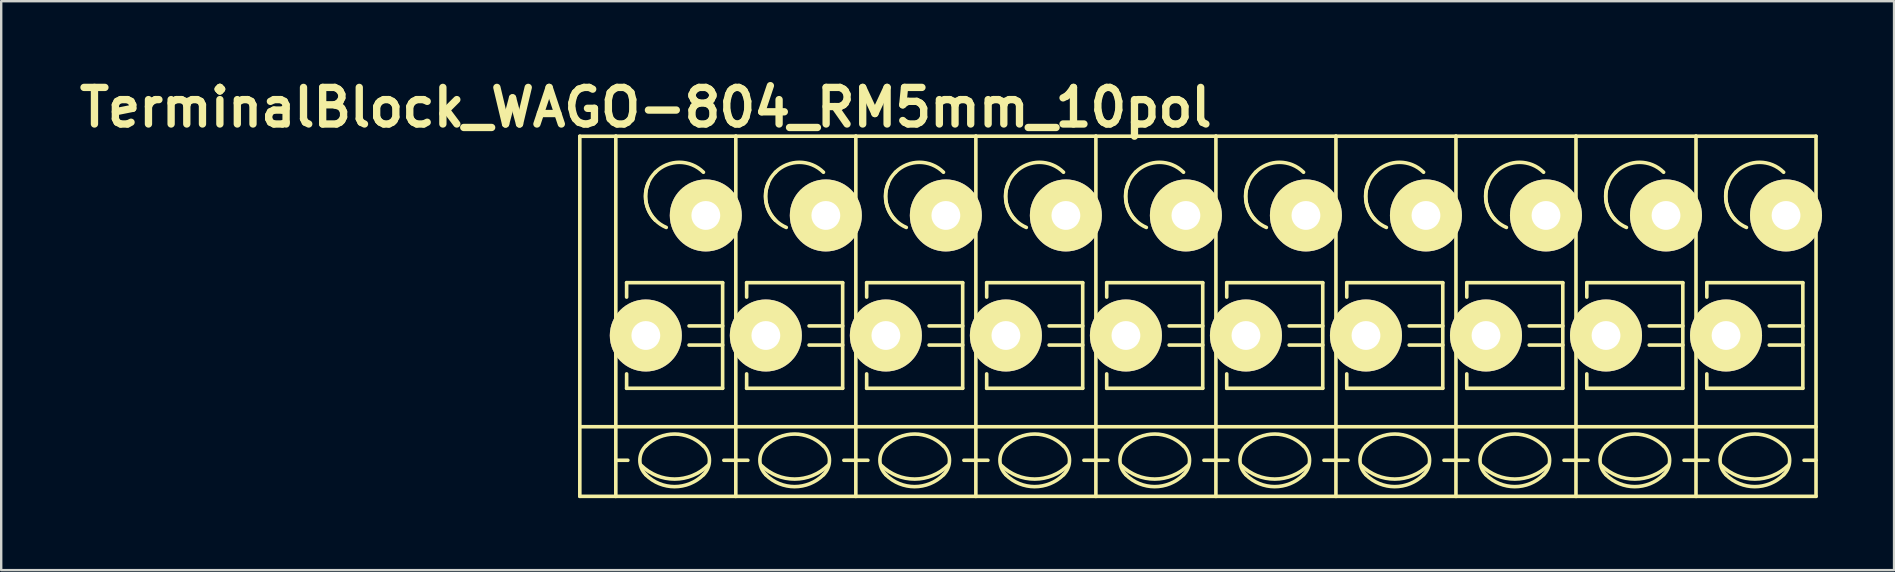
<source format=kicad_pcb>
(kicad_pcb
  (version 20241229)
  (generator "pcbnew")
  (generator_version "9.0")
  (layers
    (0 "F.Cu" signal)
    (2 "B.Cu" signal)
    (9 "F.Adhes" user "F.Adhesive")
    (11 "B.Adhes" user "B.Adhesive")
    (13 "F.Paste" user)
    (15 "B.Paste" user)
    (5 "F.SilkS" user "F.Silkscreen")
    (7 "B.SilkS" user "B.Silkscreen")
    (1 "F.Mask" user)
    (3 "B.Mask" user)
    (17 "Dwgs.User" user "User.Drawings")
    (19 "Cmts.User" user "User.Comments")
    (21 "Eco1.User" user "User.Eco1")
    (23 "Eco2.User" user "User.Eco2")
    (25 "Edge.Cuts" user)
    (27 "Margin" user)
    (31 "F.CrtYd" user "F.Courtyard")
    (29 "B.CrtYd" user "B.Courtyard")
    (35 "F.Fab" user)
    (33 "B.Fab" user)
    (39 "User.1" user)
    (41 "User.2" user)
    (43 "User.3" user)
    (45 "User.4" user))
  (footprint "TerminalBlock_WAGO-804_RM5mm_10pol"
    (layer "F.Cu")
    (at 23.854 10.926)
    (property "Reference" "TerminalBlock_WAGO-804_RM5mm_10pol" (at 0 -9.5 0) (layer "F.SilkS") (effects (font (size 1.524 1.524) (thickness 0.305))))
    (attr through_hole)
    (fp_line (start -2.75 -8.3) (end -1.25 -8.3) (stroke (width 0.15) (type solid)) (layer "F.SilkS"))
    (fp_line (start -2.75 6.7) (end -2.75 -8.3) (stroke (width 0.15) (type solid)) (layer "F.SilkS"))
    (fp_line (start -1.25 6.7) (end -2.75 6.7) (stroke (width 0.15) (type solid)) (layer "F.SilkS"))
    (fp_line (start -1.25 5.199) (end -0.749 5.199) (stroke (width 0.15) (type solid)) (layer "F.SilkS"))
    (fp_line (start -1.25 6.701) (end -1.25 -8.301) (stroke (width 0.15) (type solid)) (layer "F.SilkS"))
    (fp_line (start -0.8 -2.2) (end -0.8 -1.6) (stroke (width 0.15) (type solid)) (layer "F.SilkS"))
    (fp_line (start -0.8 -2.2) (end 3.2 -2.2) (stroke (width 0.15) (type solid)) (layer "F.SilkS"))
    (fp_line (start -0.8 2.2) (end -0.8 1.6) (stroke (width 0.15) (type solid)) (layer "F.SilkS"))
    (fp_line (start 3.2 -2.2) (end 3.2 2.2) (stroke (width 0.15) (type solid)) (layer "F.SilkS"))
    (fp_line (start 3.2 -0.399) (end 1.801 -0.399) (stroke (width 0.15) (type solid)) (layer "F.SilkS"))
    (fp_line (start 3.2 0.399) (end 1.801 0.399) (stroke (width 0.15) (type solid)) (layer "F.SilkS"))
    (fp_line (start 3.2 2.2) (end -0.8 2.2) (stroke (width 0.15) (type solid)) (layer "F.SilkS"))
    (fp_line (start 3.749 -8.301) (end -1.25 -8.301) (stroke (width 0.15) (type solid)) (layer "F.SilkS"))
    (fp_line (start 3.749 -8.301) (end 3.749 6.701) (stroke (width 0.15) (type solid)) (layer "F.SilkS"))
    (fp_line (start 3.749 5.199) (end 3.251 5.199) (stroke (width 0.15) (type solid)) (layer "F.SilkS"))
    (fp_line (start 3.749 6.701) (end -1.25 6.701) (stroke (width 0.15) (type solid)) (layer "F.SilkS"))
    (fp_line (start 3.75 3.8) (end -2.75 3.8) (stroke (width 0.15) (type solid)) (layer "F.SilkS"))
    (fp_line (start 3.75 3.8) (end 8.75 3.8) (stroke (width 0.15) (type solid)) (layer "F.SilkS"))
    (fp_line (start 3.75 5.199) (end 4.251 5.199) (stroke (width 0.15) (type solid)) (layer "F.SilkS"))
    (fp_line (start 4.2 -2.2) (end 4.2 -1.6) (stroke (width 0.15) (type solid)) (layer "F.SilkS"))
    (fp_line (start 4.2 -2.2) (end 8.2 -2.2) (stroke (width 0.15) (type solid)) (layer "F.SilkS"))
    (fp_line (start 4.2 2.2) (end 4.2 1.6) (stroke (width 0.15) (type solid)) (layer "F.SilkS"))
    (fp_line (start 8.2 -2.2) (end 8.2 2.2) (stroke (width 0.15) (type solid)) (layer "F.SilkS"))
    (fp_line (start 8.2 -0.399) (end 6.801 -0.399) (stroke (width 0.15) (type solid)) (layer "F.SilkS"))
    (fp_line (start 8.2 0.399) (end 6.801 0.399) (stroke (width 0.15) (type solid)) (layer "F.SilkS"))
    (fp_line (start 8.2 2.2) (end 4.2 2.2) (stroke (width 0.15) (type solid)) (layer "F.SilkS"))
    (fp_line (start 8.749 -8.301) (end 3.75 -8.301) (stroke (width 0.15) (type solid)) (layer "F.SilkS"))
    (fp_line (start 8.749 -8.301) (end 8.749 6.701) (stroke (width 0.15) (type solid)) (layer "F.SilkS"))
    (fp_line (start 8.749 5.199) (end 8.251 5.199) (stroke (width 0.15) (type solid)) (layer "F.SilkS"))
    (fp_line (start 8.749 6.701) (end 3.75 6.701) (stroke (width 0.15) (type solid)) (layer "F.SilkS"))
    (fp_line (start 8.75 3.8) (end 13.75 3.8) (stroke (width 0.15) (type solid)) (layer "F.SilkS"))
    (fp_line (start 8.75 5.199) (end 9.251 5.199) (stroke (width 0.15) (type solid)) (layer "F.SilkS"))
    (fp_line (start 9.2 -2.2) (end 9.2 -1.6) (stroke (width 0.15) (type solid)) (layer "F.SilkS"))
    (fp_line (start 9.2 -2.2) (end 13.2 -2.2) (stroke (width 0.15) (type solid)) (layer "F.SilkS"))
    (fp_line (start 9.2 2.2) (end 9.2 1.6) (stroke (width 0.15) (type solid)) (layer "F.SilkS"))
    (fp_line (start 13.2 -2.2) (end 13.2 2.2) (stroke (width 0.15) (type solid)) (layer "F.SilkS"))
    (fp_line (start 13.2 -0.399) (end 11.801 -0.399) (stroke (width 0.15) (type solid)) (layer "F.SilkS"))
    (fp_line (start 13.2 0.399) (end 11.801 0.399) (stroke (width 0.15) (type solid)) (layer "F.SilkS"))
    (fp_line (start 13.2 2.2) (end 9.2 2.2) (stroke (width 0.15) (type solid)) (layer "F.SilkS"))
    (fp_line (start 13.749 -8.301) (end 8.75 -8.301) (stroke (width 0.15) (type solid)) (layer "F.SilkS"))
    (fp_line (start 13.749 -8.301) (end 13.749 6.701) (stroke (width 0.15) (type solid)) (layer "F.SilkS"))
    (fp_line (start 13.749 5.199) (end 13.251 5.199) (stroke (width 0.15) (type solid)) (layer "F.SilkS"))
    (fp_line (start 13.749 6.701) (end 8.75 6.701) (stroke (width 0.15) (type solid)) (layer "F.SilkS"))
    (fp_line (start 13.75 3.8) (end 18.75 3.8) (stroke (width 0.15) (type solid)) (layer "F.SilkS"))
    (fp_line (start 13.75 5.199) (end 14.251 5.199) (stroke (width 0.15) (type solid)) (layer "F.SilkS"))
    (fp_line (start 14.2 -2.2) (end 14.2 -1.6) (stroke (width 0.15) (type solid)) (layer "F.SilkS"))
    (fp_line (start 14.2 -2.2) (end 18.2 -2.2) (stroke (width 0.15) (type solid)) (layer "F.SilkS"))
    (fp_line (start 14.2 2.2) (end 14.2 1.6) (stroke (width 0.15) (type solid)) (layer "F.SilkS"))
    (fp_line (start 18.2 -2.2) (end 18.2 2.2) (stroke (width 0.15) (type solid)) (layer "F.SilkS"))
    (fp_line (start 18.2 -0.399) (end 16.801 -0.399) (stroke (width 0.15) (type solid)) (layer "F.SilkS"))
    (fp_line (start 18.2 0.399) (end 16.801 0.399) (stroke (width 0.15) (type solid)) (layer "F.SilkS"))
    (fp_line (start 18.2 2.2) (end 14.2 2.2) (stroke (width 0.15) (type solid)) (layer "F.SilkS"))
    (fp_line (start 18.749 -8.301) (end 13.75 -8.301) (stroke (width 0.15) (type solid)) (layer "F.SilkS"))
    (fp_line (start 18.749 -8.301) (end 18.749 6.701) (stroke (width 0.15) (type solid)) (layer "F.SilkS"))
    (fp_line (start 18.749 5.199) (end 18.251 5.199) (stroke (width 0.15) (type solid)) (layer "F.SilkS"))
    (fp_line (start 18.749 6.701) (end 13.75 6.701) (stroke (width 0.15) (type solid)) (layer "F.SilkS"))
    (fp_line (start 18.75 3.8) (end 23.75 3.8) (stroke (width 0.15) (type solid)) (layer "F.SilkS"))
    (fp_line (start 18.75 5.199) (end 19.251 5.199) (stroke (width 0.15) (type solid)) (layer "F.SilkS"))
    (fp_line (start 19.2 -2.2) (end 19.2 -1.6) (stroke (width 0.15) (type solid)) (layer "F.SilkS"))
    (fp_line (start 19.2 -2.2) (end 23.2 -2.2) (stroke (width 0.15) (type solid)) (layer "F.SilkS"))
    (fp_line (start 19.2 2.2) (end 19.2 1.6) (stroke (width 0.15) (type solid)) (layer "F.SilkS"))
    (fp_line (start 23.2 -2.2) (end 23.2 2.2) (stroke (width 0.15) (type solid)) (layer "F.SilkS"))
    (fp_line (start 23.2 -0.399) (end 21.801 -0.399) (stroke (width 0.15) (type solid)) (layer "F.SilkS"))
    (fp_line (start 23.2 0.399) (end 21.801 0.399) (stroke (width 0.15) (type solid)) (layer "F.SilkS"))
    (fp_line (start 23.2 2.2) (end 19.2 2.2) (stroke (width 0.15) (type solid)) (layer "F.SilkS"))
    (fp_line (start 23.749 -8.301) (end 18.75 -8.301) (stroke (width 0.15) (type solid)) (layer "F.SilkS"))
    (fp_line (start 23.749 -8.301) (end 23.749 6.701) (stroke (width 0.15) (type solid)) (layer "F.SilkS"))
    (fp_line (start 23.749 5.199) (end 23.251 5.199) (stroke (width 0.15) (type solid)) (layer "F.SilkS"))
    (fp_line (start 23.749 6.701) (end 18.75 6.701) (stroke (width 0.15) (type solid)) (layer "F.SilkS"))
    (fp_line (start 23.75 3.8) (end 28.75 3.8) (stroke (width 0.15) (type solid)) (layer "F.SilkS"))
    (fp_line (start 23.75 5.199) (end 24.251 5.199) (stroke (width 0.15) (type solid)) (layer "F.SilkS"))
    (fp_line (start 24.2 -2.2) (end 24.2 -1.6) (stroke (width 0.15) (type solid)) (layer "F.SilkS"))
    (fp_line (start 24.2 -2.2) (end 28.2 -2.2) (stroke (width 0.15) (type solid)) (layer "F.SilkS"))
    (fp_line (start 24.2 2.2) (end 24.2 1.6) (stroke (width 0.15) (type solid)) (layer "F.SilkS"))
    (fp_line (start 28.2 -2.2) (end 28.2 2.2) (stroke (width 0.15) (type solid)) (layer "F.SilkS"))
    (fp_line (start 28.2 -0.399) (end 26.801 -0.399) (stroke (width 0.15) (type solid)) (layer "F.SilkS"))
    (fp_line (start 28.2 0.399) (end 26.801 0.399) (stroke (width 0.15) (type solid)) (layer "F.SilkS"))
    (fp_line (start 28.2 2.2) (end 24.2 2.2) (stroke (width 0.15) (type solid)) (layer "F.SilkS"))
    (fp_line (start 28.749 -8.301) (end 23.75 -8.301) (stroke (width 0.15) (type solid)) (layer "F.SilkS"))
    (fp_line (start 28.749 -8.301) (end 28.749 6.701) (stroke (width 0.15) (type solid)) (layer "F.SilkS"))
    (fp_line (start 28.749 5.199) (end 28.251 5.199) (stroke (width 0.15) (type solid)) (layer "F.SilkS"))
    (fp_line (start 28.749 6.701) (end 23.75 6.701) (stroke (width 0.15) (type solid)) (layer "F.SilkS"))
    (fp_line (start 28.75 3.8) (end 33.75 3.8) (stroke (width 0.15) (type solid)) (layer "F.SilkS"))
    (fp_line (start 28.75 5.199) (end 29.251 5.199) (stroke (width 0.15) (type solid)) (layer "F.SilkS"))
    (fp_line (start 29.2 -2.2) (end 29.2 -1.6) (stroke (width 0.15) (type solid)) (layer "F.SilkS"))
    (fp_line (start 29.2 -2.2) (end 33.2 -2.2) (stroke (width 0.15) (type solid)) (layer "F.SilkS"))
    (fp_line (start 29.2 2.2) (end 29.2 1.6) (stroke (width 0.15) (type solid)) (layer "F.SilkS"))
    (fp_line (start 33.2 -2.2) (end 33.2 2.2) (stroke (width 0.15) (type solid)) (layer "F.SilkS"))
    (fp_line (start 33.2 -0.399) (end 31.801 -0.399) (stroke (width 0.15) (type solid)) (layer "F.SilkS"))
    (fp_line (start 33.2 0.399) (end 31.801 0.399) (stroke (width 0.15) (type solid)) (layer "F.SilkS"))
    (fp_line (start 33.2 2.2) (end 29.2 2.2) (stroke (width 0.15) (type solid)) (layer "F.SilkS"))
    (fp_line (start 33.749 -8.301) (end 28.75 -8.301) (stroke (width 0.15) (type solid)) (layer "F.SilkS"))
    (fp_line (start 33.749 -8.301) (end 33.749 6.701) (stroke (width 0.15) (type solid)) (layer "F.SilkS"))
    (fp_line (start 33.749 5.199) (end 33.251 5.199) (stroke (width 0.15) (type solid)) (layer "F.SilkS"))
    (fp_line (start 33.749 6.701) (end 28.75 6.701) (stroke (width 0.15) (type solid)) (layer "F.SilkS"))
    (fp_line (start 33.75 3.8) (end 38.75 3.8) (stroke (width 0.15) (type solid)) (layer "F.SilkS"))
    (fp_line (start 33.75 5.199) (end 34.251 5.199) (stroke (width 0.15) (type solid)) (layer "F.SilkS"))
    (fp_line (start 34.2 -2.2) (end 34.2 -1.6) (stroke (width 0.15) (type solid)) (layer "F.SilkS"))
    (fp_line (start 34.2 -2.2) (end 38.2 -2.2) (stroke (width 0.15) (type solid)) (layer "F.SilkS"))
    (fp_line (start 34.2 2.2) (end 34.2 1.6) (stroke (width 0.15) (type solid)) (layer "F.SilkS"))
    (fp_line (start 38.2 -2.2) (end 38.2 2.2) (stroke (width 0.15) (type solid)) (layer "F.SilkS"))
    (fp_line (start 38.2 -0.399) (end 36.801 -0.399) (stroke (width 0.15) (type solid)) (layer "F.SilkS"))
    (fp_line (start 38.2 0.399) (end 36.801 0.399) (stroke (width 0.15) (type solid)) (layer "F.SilkS"))
    (fp_line (start 38.2 2.2) (end 34.2 2.2) (stroke (width 0.15) (type solid)) (layer "F.SilkS"))
    (fp_line (start 38.749 -8.301) (end 33.75 -8.301) (stroke (width 0.15) (type solid)) (layer "F.SilkS"))
    (fp_line (start 38.749 -8.301) (end 38.749 6.701) (stroke (width 0.15) (type solid)) (layer "F.SilkS"))
    (fp_line (start 38.749 5.199) (end 38.251 5.199) (stroke (width 0.15) (type solid)) (layer "F.SilkS"))
    (fp_line (start 38.749 6.701) (end 33.75 6.701) (stroke (width 0.15) (type solid)) (layer "F.SilkS"))
    (fp_line (start 38.75 3.8) (end 43.75 3.8) (stroke (width 0.15) (type solid)) (layer "F.SilkS"))
    (fp_line (start 38.75 5.199) (end 39.251 5.199) (stroke (width 0.15) (type solid)) (layer "F.SilkS"))
    (fp_line (start 39.2 -2.2) (end 39.2 -1.6) (stroke (width 0.15) (type solid)) (layer "F.SilkS"))
    (fp_line (start 39.2 -2.2) (end 43.2 -2.2) (stroke (width 0.15) (type solid)) (layer "F.SilkS"))
    (fp_line (start 39.2 2.2) (end 39.2 1.6) (stroke (width 0.15) (type solid)) (layer "F.SilkS"))
    (fp_line (start 43.2 -2.2) (end 43.2 2.2) (stroke (width 0.15) (type solid)) (layer "F.SilkS"))
    (fp_line (start 43.2 -0.399) (end 41.801 -0.399) (stroke (width 0.15) (type solid)) (layer "F.SilkS"))
    (fp_line (start 43.2 0.399) (end 41.801 0.399) (stroke (width 0.15) (type solid)) (layer "F.SilkS"))
    (fp_line (start 43.2 2.2) (end 39.2 2.2) (stroke (width 0.15) (type solid)) (layer "F.SilkS"))
    (fp_line (start 43.749 -8.301) (end 38.75 -8.301) (stroke (width 0.15) (type solid)) (layer "F.SilkS"))
    (fp_line (start 43.749 -8.301) (end 43.749 6.701) (stroke (width 0.15) (type solid)) (layer "F.SilkS"))
    (fp_line (start 43.749 5.199) (end 43.251 5.199) (stroke (width 0.15) (type solid)) (layer "F.SilkS"))
    (fp_line (start 43.749 6.701) (end 38.75 6.701) (stroke (width 0.15) (type solid)) (layer "F.SilkS"))
    (fp_line (start 43.75 3.8) (end 48.75 3.8) (stroke (width 0.15) (type solid)) (layer "F.SilkS"))
    (fp_line (start 43.75 5.199) (end 44.251 5.199) (stroke (width 0.15) (type solid)) (layer "F.SilkS"))
    (fp_line (start 44.2 -2.2) (end 44.2 -1.6) (stroke (width 0.15) (type solid)) (layer "F.SilkS"))
    (fp_line (start 44.2 -2.2) (end 48.2 -2.2) (stroke (width 0.15) (type solid)) (layer "F.SilkS"))
    (fp_line (start 44.2 2.2) (end 44.2 1.6) (stroke (width 0.15) (type solid)) (layer "F.SilkS"))
    (fp_line (start 48.2 -2.2) (end 48.2 2.2) (stroke (width 0.15) (type solid)) (layer "F.SilkS"))
    (fp_line (start 48.2 -0.399) (end 46.801 -0.399) (stroke (width 0.15) (type solid)) (layer "F.SilkS"))
    (fp_line (start 48.2 0.399) (end 46.801 0.399) (stroke (width 0.15) (type solid)) (layer "F.SilkS"))
    (fp_line (start 48.2 2.2) (end 44.2 2.2) (stroke (width 0.15) (type solid)) (layer "F.SilkS"))
    (fp_line (start 48.749 -8.301) (end 43.75 -8.301) (stroke (width 0.15) (type solid)) (layer "F.SilkS"))
    (fp_line (start 48.749 -8.301) (end 48.749 6.701) (stroke (width 0.15) (type solid)) (layer "F.SilkS"))
    (fp_line (start 48.749 5.199) (end 48.251 5.199) (stroke (width 0.15) (type solid)) (layer "F.SilkS"))
    (fp_line (start 48.749 6.701) (end 43.75 6.701) (stroke (width 0.15) (type solid)) (layer "F.SilkS"))
    (fp_arc (start 0 4.60248) (mid 1.19888 4.105888) (end 2.39776 4.60248) (stroke (width 0.15) (type solid)) (layer "F.SilkS"))
    (fp_arc (start 0 5.79882) (mid -0.248296 5.19938) (end 0 4.59994) (stroke (width 0.15) (type solid)) (layer "F.SilkS"))
    (fp_arc (start 0.39878 -6.79958) (mid 1.39954 -7.214108) (end 2.4003 -6.79958) (stroke (width 0.15) (type solid)) (layer "F.SilkS"))
    (fp_arc (start 0.39878 -4.8006) (mid -0.013952 -5.800616) (end 0.40132 -6.79958) (stroke (width 0.15) (type solid)) (layer "F.SilkS"))
    (fp_arc (start 0.8509 -4.50088) (mid 0.093811 -5.268985) (end 0.1016 -6.34746) (stroke (width 0.15) (type solid)) (layer "F.SilkS"))
    (fp_arc (start 2.4003 5.79882) (mid 1.200676 6.297208) (end 0 5.80136) (stroke (width 0.15) (type solid)) (layer "F.SilkS"))
    (fp_arc (start 2.40284 4.59994) (mid 2.650392 5.201176) (end 2.4003 5.80136) (stroke (width 0.15) (type solid)) (layer "F.SilkS"))
    (fp_arc (start 2.60096 5.40004) (mid 1.200676 5.981545) (end -0.20066 5.40258) (stroke (width 0.15) (type solid)) (layer "F.SilkS"))
    (fp_arc (start 5 4.60248) (mid 6.19888 4.105888) (end 7.39776 4.60248) (stroke (width 0.15) (type solid)) (layer "F.SilkS"))
    (fp_arc (start 5 5.79882) (mid 4.751704 5.19938) (end 5 4.59994) (stroke (width 0.15) (type solid)) (layer "F.SilkS"))
    (fp_arc (start 5.39878 -6.79958) (mid 6.39954 -7.214108) (end 7.4003 -6.79958) (stroke (width 0.15) (type solid)) (layer "F.SilkS"))
    (fp_arc (start 5.39878 -4.8006) (mid 4.986048 -5.800616) (end 5.40132 -6.79958) (stroke (width 0.15) (type solid)) (layer "F.SilkS"))
    (fp_arc (start 5.8509 -4.50088) (mid 5.093811 -5.268985) (end 5.1016 -6.34746) (stroke (width 0.15) (type solid)) (layer "F.SilkS"))
    (fp_arc (start 7.4003 5.79882) (mid 6.200676 6.297208) (end 5 5.80136) (stroke (width 0.15) (type solid)) (layer "F.SilkS"))
    (fp_arc (start 7.40284 4.59994) (mid 7.650392 5.201176) (end 7.4003 5.80136) (stroke (width 0.15) (type solid)) (layer "F.SilkS"))
    (fp_arc (start 7.60096 5.40004) (mid 6.200676 5.981545) (end 4.79934 5.40258) (stroke (width 0.15) (type solid)) (layer "F.SilkS"))
    (fp_arc (start 10 4.60248) (mid 11.19888 4.105888) (end 12.39776 4.60248) (stroke (width 0.15) (type solid)) (layer "F.SilkS"))
    (fp_arc (start 10 5.79882) (mid 9.751704 5.19938) (end 10 4.59994) (stroke (width 0.15) (type solid)) (layer "F.SilkS"))
    (fp_arc (start 10.39878 -6.79958) (mid 11.39954 -7.214108) (end 12.4003 -6.79958) (stroke (width 0.15) (type solid)) (layer "F.SilkS"))
    (fp_arc (start 10.39878 -4.8006) (mid 9.986048 -5.800616) (end 10.40132 -6.79958) (stroke (width 0.15) (type solid)) (layer "F.SilkS"))
    (fp_arc (start 10.8509 -4.50088) (mid 10.093811 -5.268985) (end 10.1016 -6.34746) (stroke (width 0.15) (type solid)) (layer "F.SilkS"))
    (fp_arc (start 12.4003 5.79882) (mid 11.200676 6.297208) (end 10 5.80136) (stroke (width 0.15) (type solid)) (layer "F.SilkS"))
    (fp_arc (start 12.40284 4.59994) (mid 12.650392 5.201176) (end 12.4003 5.80136) (stroke (width 0.15) (type solid)) (layer "F.SilkS"))
    (fp_arc (start 12.60096 5.40004) (mid 11.200676 5.981545) (end 9.79934 5.40258) (stroke (width 0.15) (type solid)) (layer "F.SilkS"))
    (fp_arc (start 15 4.60248) (mid 16.19888 4.105888) (end 17.39776 4.60248) (stroke (width 0.15) (type solid)) (layer "F.SilkS"))
    (fp_arc (start 15 5.79882) (mid 14.751704 5.19938) (end 15 4.59994) (stroke (width 0.15) (type solid)) (layer "F.SilkS"))
    (fp_arc (start 15.39878 -6.79958) (mid 16.39954 -7.214108) (end 17.4003 -6.79958) (stroke (width 0.15) (type solid)) (layer "F.SilkS"))
    (fp_arc (start 15.39878 -4.8006) (mid 14.986048 -5.800616) (end 15.40132 -6.79958) (stroke (width 0.15) (type solid)) (layer "F.SilkS"))
    (fp_arc (start 15.8509 -4.50088) (mid 15.093811 -5.268985) (end 15.1016 -6.34746) (stroke (width 0.15) (type solid)) (layer "F.SilkS"))
    (fp_arc (start 17.4003 5.79882) (mid 16.200676 6.297208) (end 15 5.80136) (stroke (width 0.15) (type solid)) (layer "F.SilkS"))
    (fp_arc (start 17.40284 4.59994) (mid 17.650392 5.201176) (end 17.4003 5.80136) (stroke (width 0.15) (type solid)) (layer "F.SilkS"))
    (fp_arc (start 17.60096 5.40004) (mid 16.200676 5.981545) (end 14.79934 5.40258) (stroke (width 0.15) (type solid)) (layer "F.SilkS"))
    (fp_arc (start 20 4.60248) (mid 21.19888 4.105888) (end 22.39776 4.60248) (stroke (width 0.15) (type solid)) (layer "F.SilkS"))
    (fp_arc (start 20 5.79882) (mid 19.751704 5.19938) (end 20 4.59994) (stroke (width 0.15) (type solid)) (layer "F.SilkS"))
    (fp_arc (start 20.39878 -6.79958) (mid 21.39954 -7.214108) (end 22.4003 -6.79958) (stroke (width 0.15) (type solid)) (layer "F.SilkS"))
    (fp_arc (start 20.39878 -4.8006) (mid 19.986048 -5.800616) (end 20.40132 -6.79958) (stroke (width 0.15) (type solid)) (layer "F.SilkS"))
    (fp_arc (start 20.8509 -4.50088) (mid 20.093811 -5.268985) (end 20.1016 -6.34746) (stroke (width 0.15) (type solid)) (layer "F.SilkS"))
    (fp_arc (start 22.4003 5.79882) (mid 21.200676 6.297208) (end 20 5.80136) (stroke (width 0.15) (type solid)) (layer "F.SilkS"))
    (fp_arc (start 22.40284 4.59994) (mid 22.650392 5.201176) (end 22.4003 5.80136) (stroke (width 0.15) (type solid)) (layer "F.SilkS"))
    (fp_arc (start 22.60096 5.40004) (mid 21.200676 5.981545) (end 19.79934 5.40258) (stroke (width 0.15) (type solid)) (layer "F.SilkS"))
    (fp_arc (start 25 4.60248) (mid 26.19888 4.105888) (end 27.39776 4.60248) (stroke (width 0.15) (type solid)) (layer "F.SilkS"))
    (fp_arc (start 25 5.79882) (mid 24.751704 5.19938) (end 25 4.59994) (stroke (width 0.15) (type solid)) (layer "F.SilkS"))
    (fp_arc (start 25.39878 -6.79958) (mid 26.39954 -7.214108) (end 27.4003 -6.79958) (stroke (width 0.15) (type solid)) (layer "F.SilkS"))
    (fp_arc (start 25.39878 -4.8006) (mid 24.986048 -5.800616) (end 25.40132 -6.79958) (stroke (width 0.15) (type solid)) (layer "F.SilkS"))
    (fp_arc (start 25.8509 -4.50088) (mid 25.093811 -5.268985) (end 25.1016 -6.34746) (stroke (width 0.15) (type solid)) (layer "F.SilkS"))
    (fp_arc (start 27.4003 5.79882) (mid 26.200676 6.297208) (end 25 5.80136) (stroke (width 0.15) (type solid)) (layer "F.SilkS"))
    (fp_arc (start 27.40284 4.59994) (mid 27.650392 5.201176) (end 27.4003 5.80136) (stroke (width 0.15) (type solid)) (layer "F.SilkS"))
    (fp_arc (start 27.60096 5.40004) (mid 26.200676 5.981545) (end 24.79934 5.40258) (stroke (width 0.15) (type solid)) (layer "F.SilkS"))
    (fp_arc (start 30 4.60248) (mid 31.19888 4.105888) (end 32.39776 4.60248) (stroke (width 0.15) (type solid)) (layer "F.SilkS"))
    (fp_arc (start 30 5.79882) (mid 29.751704 5.19938) (end 30 4.59994) (stroke (width 0.15) (type solid)) (layer "F.SilkS"))
    (fp_arc (start 30.39878 -6.79958) (mid 31.39954 -7.214108) (end 32.4003 -6.79958) (stroke (width 0.15) (type solid)) (layer "F.SilkS"))
    (fp_arc (start 30.39878 -4.8006) (mid 29.986048 -5.800616) (end 30.40132 -6.79958) (stroke (width 0.15) (type solid)) (layer "F.SilkS"))
    (fp_arc (start 30.8509 -4.50088) (mid 30.093811 -5.268985) (end 30.1016 -6.34746) (stroke (width 0.15) (type solid)) (layer "F.SilkS"))
    (fp_arc (start 32.4003 5.79882) (mid 31.200676 6.297208) (end 30 5.80136) (stroke (width 0.15) (type solid)) (layer "F.SilkS"))
    (fp_arc (start 32.40284 4.59994) (mid 32.650392 5.201176) (end 32.4003 5.80136) (stroke (width 0.15) (type solid)) (layer "F.SilkS"))
    (fp_arc (start 32.60096 5.40004) (mid 31.200676 5.981545) (end 29.79934 5.40258) (stroke (width 0.15) (type solid)) (layer "F.SilkS"))
    (fp_arc (start 35 4.60248) (mid 36.19888 4.105888) (end 37.39776 4.60248) (stroke (width 0.15) (type solid)) (layer "F.SilkS"))
    (fp_arc (start 35 5.79882) (mid 34.751704 5.19938) (end 35 4.59994) (stroke (width 0.15) (type solid)) (layer "F.SilkS"))
    (fp_arc (start 35.39878 -6.79958) (mid 36.39954 -7.214108) (end 37.4003 -6.79958) (stroke (width 0.15) (type solid)) (layer "F.SilkS"))
    (fp_arc (start 35.39878 -4.8006) (mid 34.986048 -5.800616) (end 35.40132 -6.79958) (stroke (width 0.15) (type solid)) (layer "F.SilkS"))
    (fp_arc (start 35.8509 -4.50088) (mid 35.093811 -5.268985) (end 35.1016 -6.34746) (stroke (width 0.15) (type solid)) (layer "F.SilkS"))
    (fp_arc (start 37.4003 5.79882) (mid 36.200676 6.297208) (end 35 5.80136) (stroke (width 0.15) (type solid)) (layer "F.SilkS"))
    (fp_arc (start 37.40284 4.59994) (mid 37.650392 5.201176) (end 37.4003 5.80136) (stroke (width 0.15) (type solid)) (layer "F.SilkS"))
    (fp_arc (start 37.60096 5.40004) (mid 36.200676 5.981545) (end 34.79934 5.40258) (stroke (width 0.15) (type solid)) (layer "F.SilkS"))
    (fp_arc (start 40 4.60248) (mid 41.19888 4.105888) (end 42.39776 4.60248) (stroke (width 0.15) (type solid)) (layer "F.SilkS"))
    (fp_arc (start 40 5.79882) (mid 39.751704 5.19938) (end 40 4.59994) (stroke (width 0.15) (type solid)) (layer "F.SilkS"))
    (fp_arc (start 40.39878 -6.79958) (mid 41.39954 -7.214108) (end 42.4003 -6.79958) (stroke (width 0.15) (type solid)) (layer "F.SilkS"))
    (fp_arc (start 40.39878 -4.8006) (mid 39.986048 -5.800616) (end 40.40132 -6.79958) (stroke (width 0.15) (type solid)) (layer "F.SilkS"))
    (fp_arc (start 40.8509 -4.50088) (mid 40.093811 -5.268985) (end 40.1016 -6.34746) (stroke (width 0.15) (type solid)) (layer "F.SilkS"))
    (fp_arc (start 42.4003 5.79882) (mid 41.200676 6.297208) (end 40 5.80136) (stroke (width 0.15) (type solid)) (layer "F.SilkS"))
    (fp_arc (start 42.40284 4.59994) (mid 42.650392 5.201176) (end 42.4003 5.80136) (stroke (width 0.15) (type solid)) (layer "F.SilkS"))
    (fp_arc (start 42.60096 5.40004) (mid 41.200676 5.981545) (end 39.79934 5.40258) (stroke (width 0.15) (type solid)) (layer "F.SilkS"))
    (fp_arc (start 45 4.60248) (mid 46.19888 4.105888) (end 47.39776 4.60248) (stroke (width 0.15) (type solid)) (layer "F.SilkS"))
    (fp_arc (start 45 5.79882) (mid 44.751704 5.19938) (end 45 4.59994) (stroke (width 0.15) (type solid)) (layer "F.SilkS"))
    (fp_arc (start 45.39878 -6.79958) (mid 46.39954 -7.214108) (end 47.4003 -6.79958) (stroke (width 0.15) (type solid)) (layer "F.SilkS"))
    (fp_arc (start 45.39878 -4.8006) (mid 44.986048 -5.800616) (end 45.40132 -6.79958) (stroke (width 0.15) (type solid)) (layer "F.SilkS"))
    (fp_arc (start 45.8509 -4.50088) (mid 45.093811 -5.268985) (end 45.1016 -6.34746) (stroke (width 0.15) (type solid)) (layer "F.SilkS"))
    (fp_arc (start 47.4003 5.79882) (mid 46.200676 6.297208) (end 45 5.80136) (stroke (width 0.15) (type solid)) (layer "F.SilkS"))
    (fp_arc (start 47.40284 4.59994) (mid 47.650392 5.201176) (end 47.4003 5.80136) (stroke (width 0.15) (type solid)) (layer "F.SilkS"))
    (fp_arc (start 47.60096 5.40004) (mid 46.200676 5.981545) (end 44.79934 5.40258) (stroke (width 0.15) (type solid)) (layer "F.SilkS"))
    (pad "1" thru_hole circle (at 0 0) (size 3 3) (drill 1.2) (layers "*.Cu" "*.Mask" "F.SilkS"))
    (pad "1" thru_hole circle (at 2.499 -5.001) (size 3 3) (drill 1.2) (layers "*.Cu" "*.Mask" "F.SilkS"))
    (pad "2" thru_hole circle (at 5 0) (size 3 3) (drill 1.2) (layers "*.Cu" "*.Mask" "F.SilkS"))
    (pad "2" thru_hole circle (at 7.499 -5.001) (size 3 3) (drill 1.2) (layers "*.Cu" "*.Mask" "F.SilkS"))
    (pad "3" thru_hole circle (at 10 0) (size 3 3) (drill 1.2) (layers "*.Cu" "*.Mask" "F.SilkS"))
    (pad "3" thru_hole circle (at 12.499 -5.001) (size 3 3) (drill 1.2) (layers "*.Cu" "*.Mask" "F.SilkS"))
    (pad "4" thru_hole circle (at 15 0) (size 3 3) (drill 1.2) (layers "*.Cu" "*.Mask" "F.SilkS"))
    (pad "4" thru_hole circle (at 17.499 -5.001) (size 3 3) (drill 1.2) (layers "*.Cu" "*.Mask" "F.SilkS"))
    (pad "5" thru_hole circle (at 20 0) (size 3 3) (drill 1.2) (layers "*.Cu" "*.Mask" "F.SilkS"))
    (pad "5" thru_hole circle (at 22.499 -5.001) (size 3 3) (drill 1.2) (layers "*.Cu" "*.Mask" "F.SilkS"))
    (pad "6" thru_hole circle (at 25 0) (size 3 3) (drill 1.2) (layers "*.Cu" "*.Mask" "F.SilkS"))
    (pad "6" thru_hole circle (at 27.499 -5.001) (size 3 3) (drill 1.2) (layers "*.Cu" "*.Mask" "F.SilkS"))
    (pad "7" thru_hole circle (at 30 0) (size 3 3) (drill 1.2) (layers "*.Cu" "*.Mask" "F.SilkS"))
    (pad "7" thru_hole circle (at 32.499 -5.001) (size 3 3) (drill 1.2) (layers "*.Cu" "*.Mask" "F.SilkS"))
    (pad "8" thru_hole circle (at 35 0) (size 3 3) (drill 1.2) (layers "*.Cu" "*.Mask" "F.SilkS"))
    (pad "8" thru_hole circle (at 37.499 -5.001) (size 3 3) (drill 1.2) (layers "*.Cu" "*.Mask" "F.SilkS"))
    (pad "9" thru_hole circle (at 40 0) (size 3 3) (drill 1.2) (layers "*.Cu" "*.Mask" "F.SilkS"))
    (pad "9" thru_hole circle (at 42.499 -5.001) (size 3 3) (drill 1.2) (layers "*.Cu" "*.Mask" "F.SilkS"))
    (pad "10" thru_hole circle (at 45 0) (size 3 3) (drill 1.2) (layers "*.Cu" "*.Mask" "F.SilkS"))
    (pad "10" thru_hole circle (at 47.499 -5.001) (size 3 3) (drill 1.2) (layers "*.Cu" "*.Mask" "F.SilkS")))
  (gr_rect
    (start -3 -3)
    (end 75.854 20.702)
    (stroke (width 0.1) (type default))
    (fill no)
    (layer "Edge.Cuts")))
</source>
